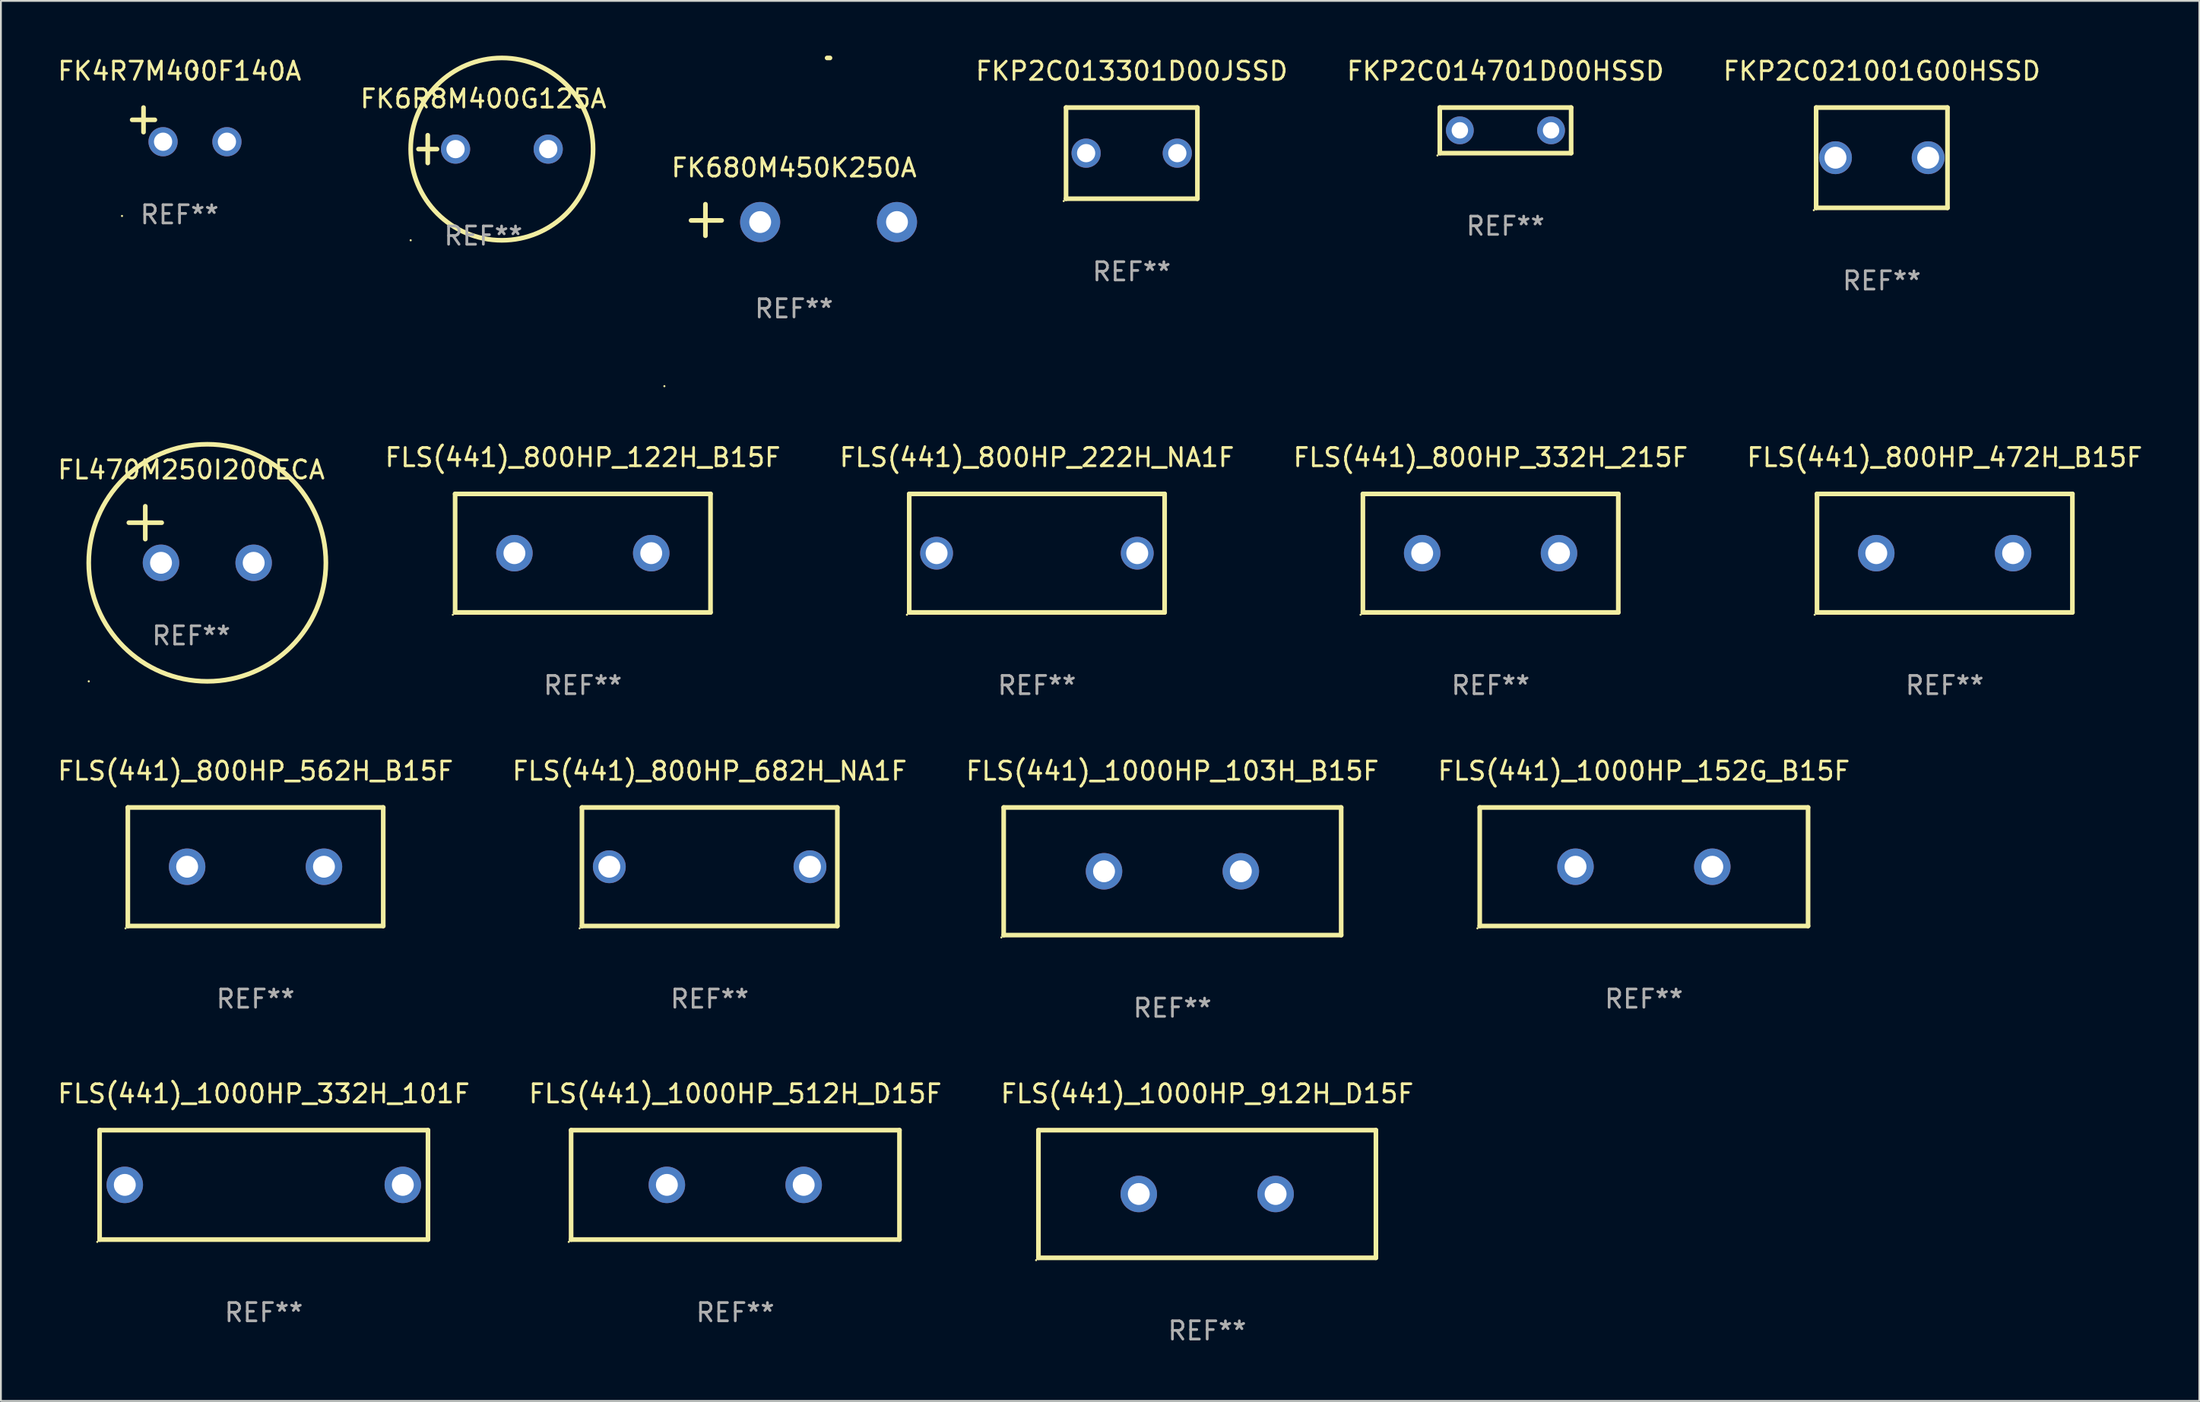
<source format=kicad_pcb>
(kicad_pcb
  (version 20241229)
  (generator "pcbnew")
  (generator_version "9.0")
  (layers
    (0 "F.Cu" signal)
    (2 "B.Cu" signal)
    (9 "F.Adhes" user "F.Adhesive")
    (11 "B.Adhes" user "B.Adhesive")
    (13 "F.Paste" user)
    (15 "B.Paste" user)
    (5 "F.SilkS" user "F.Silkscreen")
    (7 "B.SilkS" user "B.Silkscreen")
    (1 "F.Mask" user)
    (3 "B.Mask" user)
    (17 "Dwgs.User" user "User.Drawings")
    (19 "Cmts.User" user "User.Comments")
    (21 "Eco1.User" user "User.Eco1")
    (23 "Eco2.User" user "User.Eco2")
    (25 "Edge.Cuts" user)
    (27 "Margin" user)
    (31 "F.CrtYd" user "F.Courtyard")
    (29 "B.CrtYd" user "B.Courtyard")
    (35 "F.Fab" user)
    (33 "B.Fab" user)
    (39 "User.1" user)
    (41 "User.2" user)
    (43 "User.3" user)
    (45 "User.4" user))
  (footprint "FLS(441)_800HP_562H_B15F"
    (layer "F.Cu")
    (at 10.958 44.481)
    (property "Reference" "FLS(441)_800HP_562H_B15F" (at 0 -5.25 0) (layer "F.SilkS") (effects (font (size 1 1) (thickness 0.15))))
    (attr through_hole)
    (fp_line (start -7 -3.25) (end 7 -3.25) (stroke (width 0.254) (type solid)) (layer "F.SilkS"))
    (fp_line (start -7 3.25) (end -7 -3.25) (stroke (width 0.254) (type solid)) (layer "F.SilkS"))
    (fp_line (start 7 -3.25) (end 7 3.25) (stroke (width 0.254) (type solid)) (layer "F.SilkS"))
    (fp_line (start 7 3.25) (end -7 3.25) (stroke (width 0.254) (type solid)) (layer "F.SilkS"))
    (fp_circle (center -7.127 3.377) (end -7.097 3.377) (stroke (width 0.06) (type solid)) (fill no) (layer "F.SilkS"))
    (fp_text user "REF**" (at 0 7.25 0) (layer "F.Fab") (effects (font (size 1 1) (thickness 0.15))))
    (pad "1" thru_hole circle (at -3.75 -0.000013) (size 2 2) (drill 1.2) (layers "*.Cu" "*.Mask"))
    (pad "2" thru_hole circle (at 3.75 -0.000013) (size 2 2) (drill 1.2) (layers "*.Cu" "*.Mask")))
  (footprint "FK6R8M400G125A"
    (layer "F.Cu")
    (at 23.446 5.127)
    (property "Reference" "FK6R8M400G125A" (at 0 -2.762 0) (layer "F.SilkS") (effects (font (size 1 1) (thickness 0.15))))
    (attr through_hole)
    (fp_line (start -3.556 0) (end -2.54 0) (stroke (width 0.254) (type solid)) (layer "F.SilkS"))
    (fp_line (start -3.048 -0.762) (end -3.048 0.762) (stroke (width 0.254) (type solid)) (layer "F.SilkS"))
    (fp_circle (center -3.984 5) (end -3.954 5) (stroke (width 0.06) (type solid)) (fill no) (layer "F.SilkS"))
    (fp_circle (center 1.016 0) (end 6.016 0) (stroke (width 0.254) (type solid)) (fill no) (layer "F.SilkS"))
    (fp_text user "REF**" (at 0 4.762 0) (layer "F.Fab") (effects (font (size 1 1) (thickness 0.15))))
    (pad "1" thru_hole circle (at -1.524 0) (size 1.6 1.6) (drill 1) (layers "*.Cu" "*.Mask"))
    (pad "2" thru_hole circle (at 3.556 0) (size 1.6 1.6) (drill 1) (layers "*.Cu" "*.Mask")))
  (footprint "FLS(441)_1000HP_912H_D15F"
    (layer "F.Cu")
    (at 63.125 62.428)
    (property "Reference" "FLS(441)_1000HP_912H_D15F" (at 0 -5.5 0) (layer "F.SilkS") (effects (font (size 1 1) (thickness 0.15))))
    (attr through_hole)
    (fp_line (start -9.25 -3.5) (end 9.25 -3.5) (stroke (width 0.254) (type solid)) (layer "F.SilkS"))
    (fp_line (start -9.25 3.5) (end -9.25 -3.5) (stroke (width 0.254) (type solid)) (layer "F.SilkS"))
    (fp_line (start 9.25 -3.5) (end 9.25 3.5) (stroke (width 0.254) (type solid)) (layer "F.SilkS"))
    (fp_line (start 9.25 3.5) (end -9.25 3.5) (stroke (width 0.254) (type solid)) (layer "F.SilkS"))
    (fp_circle (center -9.377 3.627) (end -9.347 3.627) (stroke (width 0.06) (type solid)) (fill no) (layer "F.SilkS"))
    (fp_text user "REF**" (at 0 7.5 0) (layer "F.Fab") (effects (font (size 1 1) (thickness 0.15))))
    (pad "1" thru_hole circle (at -3.75 0) (size 2 2) (drill 1.2) (layers "*.Cu" "*.Mask"))
    (pad "2" thru_hole circle (at 3.75 0) (size 2 2) (drill 1.2) (layers "*.Cu" "*.Mask")))
  (footprint "FLS(441)_800HP_682H_NA1F"
    (layer "F.Cu")
    (at 35.851 44.481)
    (property "Reference" "FLS(441)_800HP_682H_NA1F" (at 0 -5.25 0) (layer "F.SilkS") (effects (font (size 1 1) (thickness 0.15))))
    (attr through_hole)
    (fp_line (start -7 -3.25) (end 7 -3.25) (stroke (width 0.254) (type solid)) (layer "F.SilkS"))
    (fp_line (start -7 3.25) (end -7 -3.25) (stroke (width 0.254) (type solid)) (layer "F.SilkS"))
    (fp_line (start 7 -3.25) (end 7 3.25) (stroke (width 0.254) (type solid)) (layer "F.SilkS"))
    (fp_line (start 7 3.25) (end -7 3.25) (stroke (width 0.254) (type solid)) (layer "F.SilkS"))
    (fp_circle (center -7.127 3.377) (end -7.097 3.377) (stroke (width 0.06) (type solid)) (fill no) (layer "F.SilkS"))
    (fp_text user "REF**" (at 0 7.25 0) (layer "F.Fab") (effects (font (size 1 1) (thickness 0.15))))
    (pad "1" thru_hole circle (at -5.5 -0.000013) (size 1.8 1.8) (drill 1.2) (layers "*.Cu" "*.Mask"))
    (pad "2" thru_hole circle (at 5.5 -0.000013) (size 1.8 1.8) (drill 1.2) (layers "*.Cu" "*.Mask")))
  (footprint "FLS(441)_1000HP_512H_D15F"
    (layer "F.Cu")
    (at 37.256 61.928)
    (property "Reference" "FLS(441)_1000HP_512H_D15F" (at 0 -5 0) (layer "F.SilkS") (effects (font (size 1 1) (thickness 0.15))))
    (attr through_hole)
    (fp_line (start -9 -3) (end 9 -3) (stroke (width 0.254) (type solid)) (layer "F.SilkS"))
    (fp_line (start -9 3) (end -9 -3) (stroke (width 0.254) (type solid)) (layer "F.SilkS"))
    (fp_line (start 9 -3) (end 9 3) (stroke (width 0.254) (type solid)) (layer "F.SilkS"))
    (fp_line (start 9 3) (end -9 3) (stroke (width 0.254) (type solid)) (layer "F.SilkS"))
    (fp_circle (center -9.127 3.127) (end -9.097 3.127) (stroke (width 0.06) (type solid)) (fill no) (layer "F.SilkS"))
    (fp_text user "REF**" (at 0 7 0) (layer "F.Fab") (effects (font (size 1 1) (thickness 0.15))))
    (pad "1" thru_hole circle (at -3.75 0) (size 2 2) (drill 1.2) (layers "*.Cu" "*.Mask"))
    (pad "2" thru_hole circle (at 3.75 0) (size 2 2) (drill 1.2) (layers "*.Cu" "*.Mask")))
  (footprint "FLS(441)_1000HP_332H_101F"
    (layer "F.Cu")
    (at 11.411 61.928)
    (property "Reference" "FLS(441)_1000HP_332H_101F" (at 0 -5 0) (layer "F.SilkS") (effects (font (size 1 1) (thickness 0.15))))
    (attr through_hole)
    (fp_line (start -9 -3) (end 9 -3) (stroke (width 0.254) (type solid)) (layer "F.SilkS"))
    (fp_line (start -9 3) (end -9 -3) (stroke (width 0.254) (type solid)) (layer "F.SilkS"))
    (fp_line (start 9 -3) (end 9 3) (stroke (width 0.254) (type solid)) (layer "F.SilkS"))
    (fp_line (start 9 3) (end -9 3) (stroke (width 0.254) (type solid)) (layer "F.SilkS"))
    (fp_circle (center -9.127 3.127) (end -9.097 3.127) (stroke (width 0.06) (type solid)) (fill no) (layer "F.SilkS"))
    (fp_text user "REF**" (at 0 7 0) (layer "F.Fab") (effects (font (size 1 1) (thickness 0.15))))
    (pad "1" thru_hole circle (at -7.62 0) (size 2 2) (drill 1.2) (layers "*.Cu" "*.Mask"))
    (pad "2" thru_hole circle (at 7.62 0) (size 2 2) (drill 1.2) (layers "*.Cu" "*.Mask")))
  (footprint "FLS(441)_800HP_472H_B15F"
    (layer "F.Cu")
    (at 103.554 27.285)
    (property "Reference" "FLS(441)_800HP_472H_B15F" (at 0 -5.25 0) (layer "F.SilkS") (effects (font (size 1 1) (thickness 0.15))))
    (attr through_hole)
    (fp_line (start -7 -3.25) (end 7 -3.25) (stroke (width 0.254) (type solid)) (layer "F.SilkS"))
    (fp_line (start -7 3.25) (end -7 -3.25) (stroke (width 0.254) (type solid)) (layer "F.SilkS"))
    (fp_line (start 7 -3.25) (end 7 3.25) (stroke (width 0.254) (type solid)) (layer "F.SilkS"))
    (fp_line (start 7 3.25) (end -7 3.25) (stroke (width 0.254) (type solid)) (layer "F.SilkS"))
    (fp_circle (center -7.127 3.377) (end -7.097 3.377) (stroke (width 0.06) (type solid)) (fill no) (layer "F.SilkS"))
    (fp_text user "REF**" (at 0 7.25 0) (layer "F.Fab") (effects (font (size 1 1) (thickness 0.15))))
    (pad "1" thru_hole circle (at -3.75 -0.000013) (size 2 2) (drill 1.2) (layers "*.Cu" "*.Mask"))
    (pad "2" thru_hole circle (at 3.75 -0.000013) (size 2 2) (drill 1.2) (layers "*.Cu" "*.Mask")))
  (footprint "FKP2C021001G00HSSD"
    (layer "F.Cu")
    (at 100.107 5.598)
    (property "Reference" "FKP2C021001G00HSSD" (at 0 -4.75 0) (layer "F.SilkS") (effects (font (size 1 1) (thickness 0.15))))
    (attr through_hole)
    (fp_line (start -3.6 -2.75) (end 3.6 -2.75) (stroke (width 0.254) (type solid)) (layer "F.SilkS"))
    (fp_line (start -3.6 2.75) (end -3.6 -2.75) (stroke (width 0.254) (type solid)) (layer "F.SilkS"))
    (fp_line (start 3.6 -2.75) (end 3.6 2.75) (stroke (width 0.254) (type solid)) (layer "F.SilkS"))
    (fp_line (start 3.6 2.75) (end -3.6 2.75) (stroke (width 0.254) (type solid)) (layer "F.SilkS"))
    (fp_circle (center -3.727 2.877) (end -3.697 2.877) (stroke (width 0.06) (type solid)) (fill no) (layer "F.SilkS"))
    (fp_text user "REF**" (at 0 6.75 0) (layer "F.Fab") (effects (font (size 1 1) (thickness 0.15))))
    (pad "1" thru_hole circle (at -2.54 -0.000025) (size 1.8 1.8) (drill 1.2) (layers "*.Cu" "*.Mask"))
    (pad "2" thru_hole circle (at 2.54 -0.000025) (size 1.8 1.8) (drill 1.2) (layers "*.Cu" "*.Mask")))
  (footprint "FLS(441)_1000HP_103H_B15F"
    (layer "F.Cu")
    (at 61.22 44.731)
    (property "Reference" "FLS(441)_1000HP_103H_B15F" (at 0 -5.5 0) (layer "F.SilkS") (effects (font (size 1 1) (thickness 0.15))))
    (attr through_hole)
    (fp_line (start -9.25 -3.5) (end 9.25 -3.5) (stroke (width 0.254) (type solid)) (layer "F.SilkS"))
    (fp_line (start -9.25 3.5) (end -9.25 -3.5) (stroke (width 0.254) (type solid)) (layer "F.SilkS"))
    (fp_line (start 9.25 -3.5) (end 9.25 3.5) (stroke (width 0.254) (type solid)) (layer "F.SilkS"))
    (fp_line (start 9.25 3.5) (end -9.25 3.5) (stroke (width 0.254) (type solid)) (layer "F.SilkS"))
    (fp_circle (center -9.377 3.627) (end -9.347 3.627) (stroke (width 0.06) (type solid)) (fill no) (layer "F.SilkS"))
    (fp_text user "REF**" (at 0 7.5 0) (layer "F.Fab") (effects (font (size 1 1) (thickness 0.15))))
    (pad "1" thru_hole circle (at -3.75 0) (size 2 2) (drill 1.2) (layers "*.Cu" "*.Mask"))
    (pad "2" thru_hole circle (at 3.75 0) (size 2 2) (drill 1.2) (layers "*.Cu" "*.Mask")))
  (footprint "FLS(441)_1000HP_152G_B15F"
    (layer "F.Cu")
    (at 87.065 44.481)
    (property "Reference" "FLS(441)_1000HP_152G_B15F" (at 0 -5.25 0) (layer "F.SilkS") (effects (font (size 1 1) (thickness 0.15))))
    (attr through_hole)
    (fp_line (start -8.999 -3.25) (end 8.999 -3.25) (stroke (width 0.254) (type solid)) (layer "F.SilkS"))
    (fp_line (start -8.999 3.25) (end -8.999 -3.25) (stroke (width 0.254) (type solid)) (layer "F.SilkS"))
    (fp_line (start 8.999 -3.25) (end 8.999 3.25) (stroke (width 0.254) (type solid)) (layer "F.SilkS"))
    (fp_line (start 8.999 3.25) (end -8.999 3.25) (stroke (width 0.254) (type solid)) (layer "F.SilkS"))
    (fp_circle (center -9.126 3.377) (end -9.096 3.377) (stroke (width 0.06) (type solid)) (fill no) (layer "F.SilkS"))
    (fp_text user "REF**" (at 0 7.25 0) (layer "F.Fab") (effects (font (size 1 1) (thickness 0.15))))
    (pad "1" thru_hole circle (at -3.75 -0.000013) (size 2 2) (drill 1.2) (layers "*.Cu" "*.Mask"))
    (pad "2" thru_hole circle (at 3.75 -0.000013) (size 2 2) (drill 1.2) (layers "*.Cu" "*.Mask")))
  (footprint "FKP2C013301D00JSSD"
    (layer "F.Cu")
    (at 58.988 5.348)
    (property "Reference" "FKP2C013301D00JSSD" (at 0 -4.5 0) (layer "F.SilkS") (effects (font (size 1 1) (thickness 0.15))))
    (attr through_hole)
    (fp_line (start -3.6 -2.5) (end 3.6 -2.5) (stroke (width 0.254) (type solid)) (layer "F.SilkS"))
    (fp_line (start -3.6 2.5) (end -3.6 -2.5) (stroke (width 0.254) (type solid)) (layer "F.SilkS"))
    (fp_line (start -3.6 2.5) (end 3.6 2.5) (stroke (width 0.254) (type solid)) (layer "F.SilkS"))
    (fp_line (start 3.6 -2.5) (end 3.6 2.5) (stroke (width 0.254) (type solid)) (layer "F.SilkS"))
    (fp_circle (center -3.727 2.627) (end -3.697 2.627) (stroke (width 0.06) (type solid)) (fill no) (layer "F.SilkS"))
    (fp_text user "REF**" (at 0 6.5 0) (layer "F.Fab") (effects (font (size 1 1) (thickness 0.15))))
    (pad "1" thru_hole circle (at -2.499 0) (size 1.6 1.6) (drill 1) (layers "*.Cu" "*.Mask"))
    (pad "2" thru_hole circle (at 2.499 0) (size 1.6 1.6) (drill 1) (layers "*.Cu" "*.Mask")))
  (footprint "FLS(441)_800HP_122H_B15F"
    (layer "F.Cu")
    (at 28.899 27.285)
    (property "Reference" "FLS(441)_800HP_122H_B15F" (at 0 -5.25 0) (layer "F.SilkS") (effects (font (size 1 1) (thickness 0.15))))
    (attr through_hole)
    (fp_line (start -7 -3.25) (end 7 -3.25) (stroke (width 0.254) (type solid)) (layer "F.SilkS"))
    (fp_line (start -7 3.25) (end -7 -3.25) (stroke (width 0.254) (type solid)) (layer "F.SilkS"))
    (fp_line (start 7 -3.25) (end 7 3.25) (stroke (width 0.254) (type solid)) (layer "F.SilkS"))
    (fp_line (start 7 3.25) (end -7 3.25) (stroke (width 0.254) (type solid)) (layer "F.SilkS"))
    (fp_circle (center -7.127 3.377) (end -7.097 3.377) (stroke (width 0.06) (type solid)) (fill no) (layer "F.SilkS"))
    (fp_text user "REF**" (at 0 7.25 0) (layer "F.Fab") (effects (font (size 1 1) (thickness 0.15))))
    (pad "1" thru_hole circle (at -3.75 -0.000013) (size 2 2) (drill 1.2) (layers "*.Cu" "*.Mask"))
    (pad "2" thru_hole circle (at 3.75 -0.000013) (size 2 2) (drill 1.2) (layers "*.Cu" "*.Mask")))
  (footprint "FKP2C014701D00HSSD"
    (layer "F.Cu")
    (at 79.476 4.098)
    (property "Reference" "FKP2C014701D00HSSD" (at 0 -3.25 0) (layer "F.SilkS") (effects (font (size 1 1) (thickness 0.15))))
    (attr through_hole)
    (fp_line (start -3.6 -1.25) (end 3.6 -1.25) (stroke (width 0.254) (type solid)) (layer "F.SilkS"))
    (fp_line (start -3.6 1.25) (end -3.6 -1.25) (stroke (width 0.254) (type solid)) (layer "F.SilkS"))
    (fp_line (start 3.6 -1.25) (end 3.6 1.25) (stroke (width 0.254) (type solid)) (layer "F.SilkS"))
    (fp_line (start 3.6 1.25) (end -3.6 1.25) (stroke (width 0.254) (type solid)) (layer "F.SilkS"))
    (fp_circle (center -3.727 1.377) (end -3.697 1.377) (stroke (width 0.06) (type solid)) (fill no) (layer "F.SilkS"))
    (fp_text user "REF**" (at 0 5.25 0) (layer "F.Fab") (effects (font (size 1 1) (thickness 0.15))))
    (pad "1" thru_hole circle (at -2.5 0) (size 1.524 1.524) (drill 0.9) (layers "*.Cu" "*.Mask"))
    (pad "2" thru_hole circle (at 2.5 0) (size 1.524 1.524) (drill 0.9) (layers "*.Cu" "*.Mask")))
  (footprint "FL470M250I200ECA"
    (layer "F.Cu")
    (at 7.435 26.264)
    (property "Reference" "FL470M250I200ECA" (at 0 -3.55 0) (layer "F.SilkS") (effects (font (size 1 1) (thickness 0.15))))
    (attr through_hole)
    (fp_line (start -3.421 -0.65) (end -1.621 -0.65) (stroke (width 0.254) (type solid)) (layer "F.SilkS"))
    (fp_line (start -2.521 -1.55) (end -2.521 0.25) (stroke (width 0.254) (type solid)) (layer "F.SilkS"))
    (fp_circle (center -5.619 8.05) (end -5.589 8.05) (stroke (width 0.06) (type solid)) (fill no) (layer "F.SilkS"))
    (fp_circle (center 0.879 1.55) (end 7.379 1.55) (stroke (width 0.254) (type solid)) (fill no) (layer "F.SilkS"))
    (fp_text user "REF**" (at 0 5.55 0) (layer "F.Fab") (effects (font (size 1 1) (thickness 0.15))))
    (pad "1" thru_hole circle (at -1.659 1.55) (size 2 2) (drill 1.2) (layers "*.Cu" "*.Mask"))
    (pad "2" thru_hole circle (at 3.421 1.55) (size 2 2) (drill 1.2) (layers "*.Cu" "*.Mask")))
  (footprint "FLS(441)_800HP_222H_NA1F"
    (layer "F.Cu")
    (at 53.792 27.285)
    (property "Reference" "FLS(441)_800HP_222H_NA1F" (at 0 -5.25 0) (layer "F.SilkS") (effects (font (size 1 1) (thickness 0.15))))
    (attr through_hole)
    (fp_line (start -7 -3.25) (end 7 -3.25) (stroke (width 0.254) (type solid)) (layer "F.SilkS"))
    (fp_line (start -7 3.25) (end -7 -3.25) (stroke (width 0.254) (type solid)) (layer "F.SilkS"))
    (fp_line (start 7 -3.25) (end 7 3.25) (stroke (width 0.254) (type solid)) (layer "F.SilkS"))
    (fp_line (start 7 3.25) (end -7 3.25) (stroke (width 0.254) (type solid)) (layer "F.SilkS"))
    (fp_circle (center -7.127 3.377) (end -7.097 3.377) (stroke (width 0.06) (type solid)) (fill no) (layer "F.SilkS"))
    (fp_text user "REF**" (at 0 7.25 0) (layer "F.Fab") (effects (font (size 1 1) (thickness 0.15))))
    (pad "1" thru_hole circle (at -5.5 -0.000013) (size 1.8 1.8) (drill 1.2) (layers "*.Cu" "*.Mask"))
    (pad "2" thru_hole circle (at 5.5 -0.000013) (size 1.8 1.8) (drill 1.2) (layers "*.Cu" "*.Mask")))
  (footprint "FK4R7M400F140A"
    (layer "F.Cu")
    (at 6.792 3.785)
    (property "Reference" "FK4R7M400F140A" (at 0 -2.937 0) (layer "F.SilkS") (effects (font (size 1 1) (thickness 0.15))))
    (attr through_hole)
    (fp_line (start -1.975 0.41) (end -1.975 -0.937) (stroke (width 0.254) (type solid)) (layer "F.SilkS"))
    (fp_line (start -1.353 -0.263) (end -2.597 -0.263) (stroke (width 0.254) (type solid)) (layer "F.SilkS"))
    (fp_arc (start 0.849809 -3.063957) (mid 0.885369 -3.064114) (end 0.920929 -3.063957) (stroke (width 0.254001) (type solid)) (layer "F.SilkS"))
    (fp_circle (center -3.154 5.008) (end -3.124 5.008) (stroke (width 0.06) (type solid)) (fill no) (layer "F.SilkS"))
    (fp_text user "REF**" (at 0 4.937 0) (layer "F.Fab") (effects (font (size 1 1) (thickness 0.15))))
    (pad "1" thru_hole circle (at -0.903 0.937) (size 1.6 1.6) (drill 1) (layers "*.Cu" "*.Mask"))
    (pad "2" thru_hole circle (at 2.597 0.937) (size 1.6 1.6) (drill 1) (layers "*.Cu" "*.Mask")))
  (footprint "FK680M450K250A"
    (layer "F.Cu")
    (at 40.476 9.013)
    (property "Reference" "FK680M450K250A" (at 0 -2.864 0) (layer "F.SilkS") (effects (font (size 1 1) (thickness 0.15))))
    (attr through_hole)
    (fp_line (start -4.856 0.864) (end -4.856 -0.864) (stroke (width 0.254) (type solid)) (layer "F.SilkS"))
    (fp_line (start -3.967 0.025) (end -5.644 0.025) (stroke (width 0.254) (type solid)) (layer "F.SilkS"))
    (fp_arc (start 1.815024 -8.885649) (mid 1.893764 -8.88599) (end 1.972504 -8.885649) (stroke (width 0.254001) (type solid)) (layer "F.SilkS"))
    (fp_circle (center -7.106 9.114) (end -7.076 9.114) (stroke (width 0.06) (type solid)) (fill no) (layer "F.SilkS"))
    (fp_text user "REF**" (at 0 4.864 0) (layer "F.Fab") (effects (font (size 1 1) (thickness 0.15))))
    (pad "1" thru_hole circle (at -1.856 0.114) (size 2.2 2.2) (drill 1.2) (layers "*.Cu" "*.Mask"))
    (pad "2" thru_hole circle (at 5.644 0.114) (size 2.2 2.2) (drill 1.2) (layers "*.Cu" "*.Mask")))
  (footprint "FLS(441)_800HP_332H_215F"
    (layer "F.Cu")
    (at 78.661 27.285)
    (property "Reference" "FLS(441)_800HP_332H_215F" (at 0 -5.25 0) (layer "F.SilkS") (effects (font (size 1 1) (thickness 0.15))))
    (attr through_hole)
    (fp_line (start -7 -3.25) (end 7 -3.25) (stroke (width 0.254) (type solid)) (layer "F.SilkS"))
    (fp_line (start -7 3.25) (end -7 -3.25) (stroke (width 0.254) (type solid)) (layer "F.SilkS"))
    (fp_line (start 7 -3.25) (end 7 3.25) (stroke (width 0.254) (type solid)) (layer "F.SilkS"))
    (fp_line (start 7 3.25) (end -7 3.25) (stroke (width 0.254) (type solid)) (layer "F.SilkS"))
    (fp_circle (center -7.127 3.377) (end -7.097 3.377) (stroke (width 0.06) (type solid)) (fill no) (layer "F.SilkS"))
    (fp_text user "REF**" (at 0 7.25 0) (layer "F.Fab") (effects (font (size 1 1) (thickness 0.15))))
    (pad "1" thru_hole circle (at -3.75 -0.000013) (size 2 2) (drill 1.2) (layers "*.Cu" "*.Mask"))
    (pad "2" thru_hole circle (at 3.75 -0.000013) (size 2 2) (drill 1.2) (layers "*.Cu" "*.Mask")))
  (gr_rect
    (start -3 -3)
    (end 117.512 73.776)
    (stroke (width 0.1) (type default))
    (fill no)
    (layer "Edge.Cuts")))
</source>
